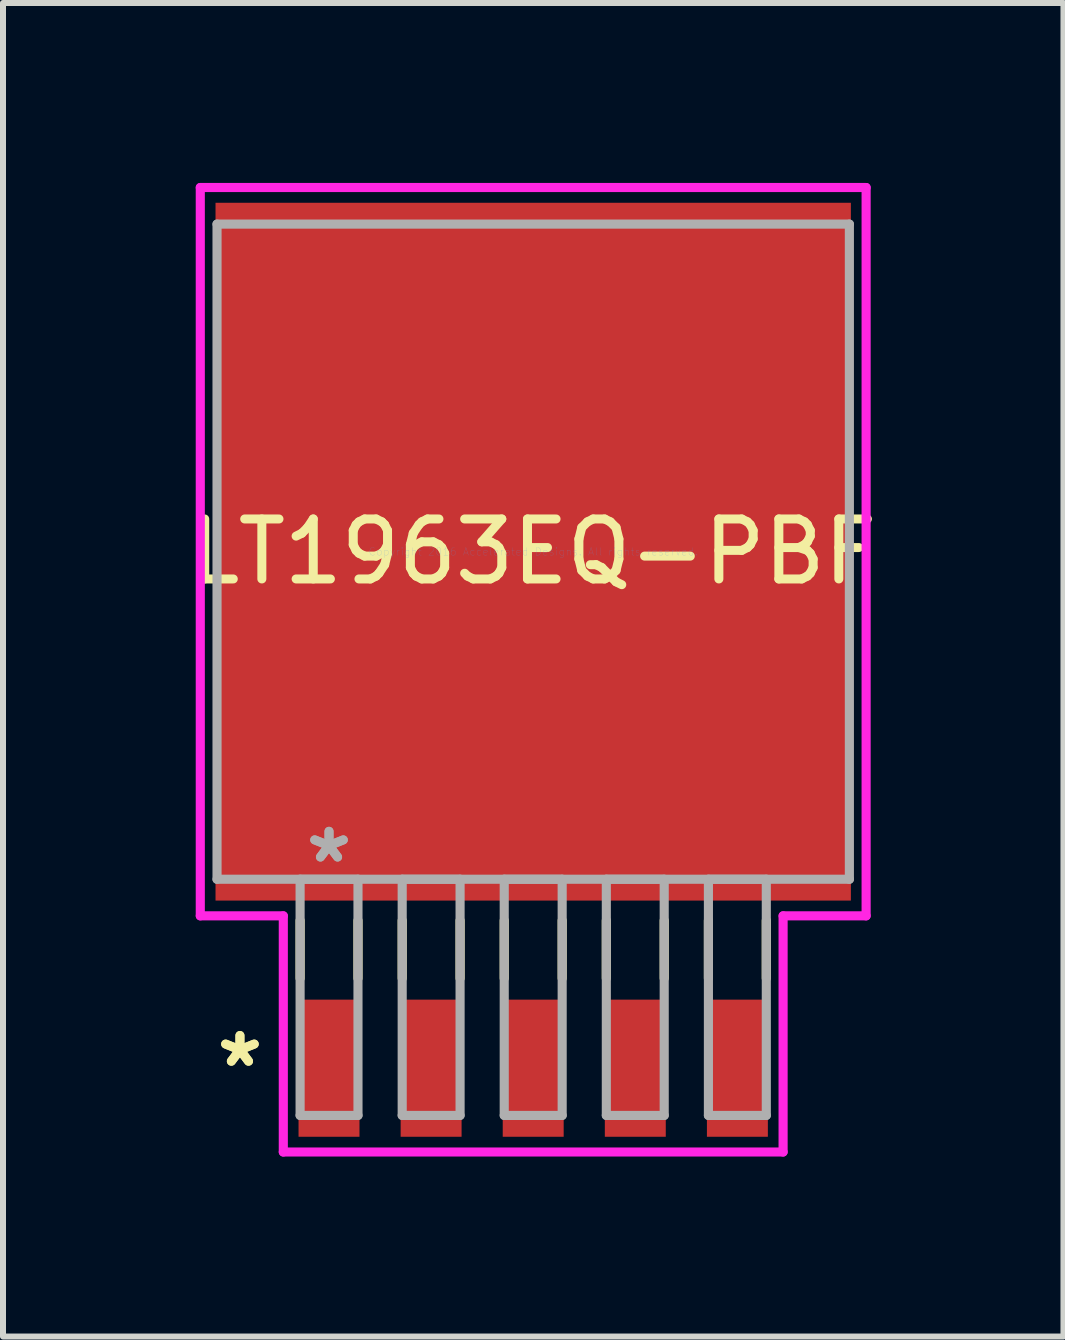
<source format=kicad_pcb>
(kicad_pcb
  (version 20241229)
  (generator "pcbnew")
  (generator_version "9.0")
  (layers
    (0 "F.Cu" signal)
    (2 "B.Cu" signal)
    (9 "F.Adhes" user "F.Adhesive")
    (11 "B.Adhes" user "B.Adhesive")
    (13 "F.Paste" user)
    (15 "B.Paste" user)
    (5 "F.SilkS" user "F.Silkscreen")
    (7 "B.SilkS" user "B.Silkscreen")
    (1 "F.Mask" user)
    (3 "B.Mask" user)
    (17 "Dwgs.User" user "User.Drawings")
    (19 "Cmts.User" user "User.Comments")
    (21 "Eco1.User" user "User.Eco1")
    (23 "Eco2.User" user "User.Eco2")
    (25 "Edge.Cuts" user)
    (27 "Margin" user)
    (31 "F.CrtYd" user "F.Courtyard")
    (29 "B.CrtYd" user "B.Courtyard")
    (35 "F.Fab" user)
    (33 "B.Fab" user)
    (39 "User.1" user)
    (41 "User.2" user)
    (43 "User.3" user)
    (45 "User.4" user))
  (footprint "LT1963EQ-PBF"
    (layer "F.Cu")
    (at 5.839 6.147)
    (property "Reference" "LT1963EQ-PBF" (at 0 0 0) (layer "F.SilkS") (effects (font (size 1 1) (thickness 0.15))))
    (attr through_hole)
    (fp_line (start -3.886 6.149) (end -3.886 7.112) (stroke (width 0.152) (type solid)) (layer "F.SilkS"))
    (fp_line (start -2.921 6.149) (end -2.921 7.112) (stroke (width 0.152) (type solid)) (layer "F.SilkS"))
    (fp_line (start -2.184 6.149) (end -2.184 7.112) (stroke (width 0.152) (type solid)) (layer "F.SilkS"))
    (fp_line (start -1.219 6.149) (end -1.219 7.112) (stroke (width 0.152) (type solid)) (layer "F.SilkS"))
    (fp_line (start -0.483 6.149) (end -0.483 7.112) (stroke (width 0.152) (type solid)) (layer "F.SilkS"))
    (fp_line (start 0.483 6.149) (end 0.483 7.112) (stroke (width 0.152) (type solid)) (layer "F.SilkS"))
    (fp_line (start 1.219 6.149) (end 1.219 7.112) (stroke (width 0.152) (type solid)) (layer "F.SilkS"))
    (fp_line (start 2.184 6.149) (end 2.184 7.112) (stroke (width 0.152) (type solid)) (layer "F.SilkS"))
    (fp_line (start 2.921 6.149) (end 2.921 7.112) (stroke (width 0.152) (type solid)) (layer "F.SilkS"))
    (fp_line (start 3.886 6.149) (end 3.886 7.112) (stroke (width 0.152) (type solid)) (layer "F.SilkS"))
    (fp_line (start -5.55 -6.071) (end 5.55 -6.071) (stroke (width 0.152) (type solid)) (layer "F.CrtYd"))
    (fp_line (start -5.55 6.071) (end -5.55 -6.071) (stroke (width 0.152) (type solid)) (layer "F.CrtYd"))
    (fp_line (start -4.166 6.071) (end -5.55 6.071) (stroke (width 0.152) (type solid)) (layer "F.CrtYd"))
    (fp_line (start -4.166 10.008) (end -4.166 6.071) (stroke (width 0.152) (type solid)) (layer "F.CrtYd"))
    (fp_line (start 4.166 6.071) (end 4.166 10.008) (stroke (width 0.152) (type solid)) (layer "F.CrtYd"))
    (fp_line (start 4.166 10.008) (end -4.166 10.008) (stroke (width 0.152) (type solid)) (layer "F.CrtYd"))
    (fp_line (start 5.55 -6.071) (end 5.55 6.071) (stroke (width 0.152) (type solid)) (layer "F.CrtYd"))
    (fp_line (start 5.55 6.071) (end 4.166 6.071) (stroke (width 0.152) (type solid)) (layer "F.CrtYd"))
    (fp_line (start -5.271 -5.461) (end -5.271 5.461) (stroke (width 0.152) (type solid)) (layer "F.Fab"))
    (fp_line (start -5.271 5.461) (end 5.271 5.461) (stroke (width 0.152) (type solid)) (layer "F.Fab"))
    (fp_line (start -3.886 5.461) (end -3.886 9.398) (stroke (width 0.152) (type solid)) (layer "F.Fab"))
    (fp_line (start -3.886 9.398) (end -2.921 9.398) (stroke (width 0.152) (type solid)) (layer "F.Fab"))
    (fp_line (start -2.921 5.461) (end -3.886 5.461) (stroke (width 0.152) (type solid)) (layer "F.Fab"))
    (fp_line (start -2.921 9.398) (end -2.921 5.461) (stroke (width 0.152) (type solid)) (layer "F.Fab"))
    (fp_line (start -2.184 5.461) (end -2.184 9.398) (stroke (width 0.152) (type solid)) (layer "F.Fab"))
    (fp_line (start -2.184 9.398) (end -1.219 9.398) (stroke (width 0.152) (type solid)) (layer "F.Fab"))
    (fp_line (start -1.219 5.461) (end -2.184 5.461) (stroke (width 0.152) (type solid)) (layer "F.Fab"))
    (fp_line (start -1.219 9.398) (end -1.219 5.461) (stroke (width 0.152) (type solid)) (layer "F.Fab"))
    (fp_line (start -0.483 5.461) (end -0.483 9.398) (stroke (width 0.152) (type solid)) (layer "F.Fab"))
    (fp_line (start -0.483 9.398) (end 0.483 9.398) (stroke (width 0.152) (type solid)) (layer "F.Fab"))
    (fp_line (start 0.483 5.461) (end -0.483 5.461) (stroke (width 0.152) (type solid)) (layer "F.Fab"))
    (fp_line (start 0.483 9.398) (end 0.483 5.461) (stroke (width 0.152) (type solid)) (layer "F.Fab"))
    (fp_line (start 1.219 5.461) (end 1.219 9.398) (stroke (width 0.152) (type solid)) (layer "F.Fab"))
    (fp_line (start 1.219 9.398) (end 2.184 9.398) (stroke (width 0.152) (type solid)) (layer "F.Fab"))
    (fp_line (start 2.184 5.461) (end 1.219 5.461) (stroke (width 0.152) (type solid)) (layer "F.Fab"))
    (fp_line (start 2.184 9.398) (end 2.184 5.461) (stroke (width 0.152) (type solid)) (layer "F.Fab"))
    (fp_line (start 2.921 5.461) (end 2.921 9.398) (stroke (width 0.152) (type solid)) (layer "F.Fab"))
    (fp_line (start 2.921 9.398) (end 3.886 9.398) (stroke (width 0.152) (type solid)) (layer "F.Fab"))
    (fp_line (start 3.886 5.461) (end 2.921 5.461) (stroke (width 0.152) (type solid)) (layer "F.Fab"))
    (fp_line (start 3.886 9.398) (end 3.886 5.461) (stroke (width 0.152) (type solid)) (layer "F.Fab"))
    (fp_line (start 5.271 -5.461) (end -5.271 -5.461) (stroke (width 0.152) (type solid)) (layer "F.Fab"))
    (fp_line (start 5.271 5.461) (end 5.271 -5.461) (stroke (width 0.152) (type solid)) (layer "F.Fab"))
    (fp_text user "*" (at -4.889 8.611 0) (layer "F.SilkS") (effects (font (size 1 1) (thickness 0.15))))
    (fp_text user "*" (at -4.889 8.611 0) (layer "F.SilkS") (effects (font (size 1 1) (thickness 0.15))))
    (fp_text user "Copyright 2016 Accelerated Designs. All rights reserved." (at 0 0 0) (layer "Cmts.User") (effects (font (size 0.127 0.127) (thickness 0.002))))
    (fp_text user "*" (at -3.404 5.207 0) (layer "F.Fab") (effects (font (size 1 1) (thickness 0.15))))
    (fp_text user "*" (at -3.404 5.207 0) (layer "F.Fab") (effects (font (size 1 1) (thickness 0.15))))
    (pad "1" smd rect (at -3.404 8.611) (size 1.016 2.286) (layers "F.Cu" "F.Mask" "F.Paste"))
    (pad "2" smd rect (at -1.702 8.611) (size 1.016 2.286) (layers "F.Cu" "F.Mask" "F.Paste"))
    (pad "3" smd rect (at 0 8.611) (size 1.016 2.286) (layers "F.Cu" "F.Mask" "F.Paste"))
    (pad "4" smd rect (at 1.702 8.611) (size 1.016 2.286) (layers "F.Cu" "F.Mask" "F.Paste"))
    (pad "5" smd rect (at 3.404 8.611) (size 1.016 2.286) (layers "F.Cu" "F.Mask" "F.Paste"))
    (pad "6" smd rect (at 0 0) (size 10.592 11.633) (layers "F.Cu" "F.Mask" "F.Paste")))
  (gr_rect
    (start -3 -3)
    (end 14.679 19.231)
    (stroke (width 0.1) (type default))
    (fill no)
    (layer "Edge.Cuts")))
</source>
